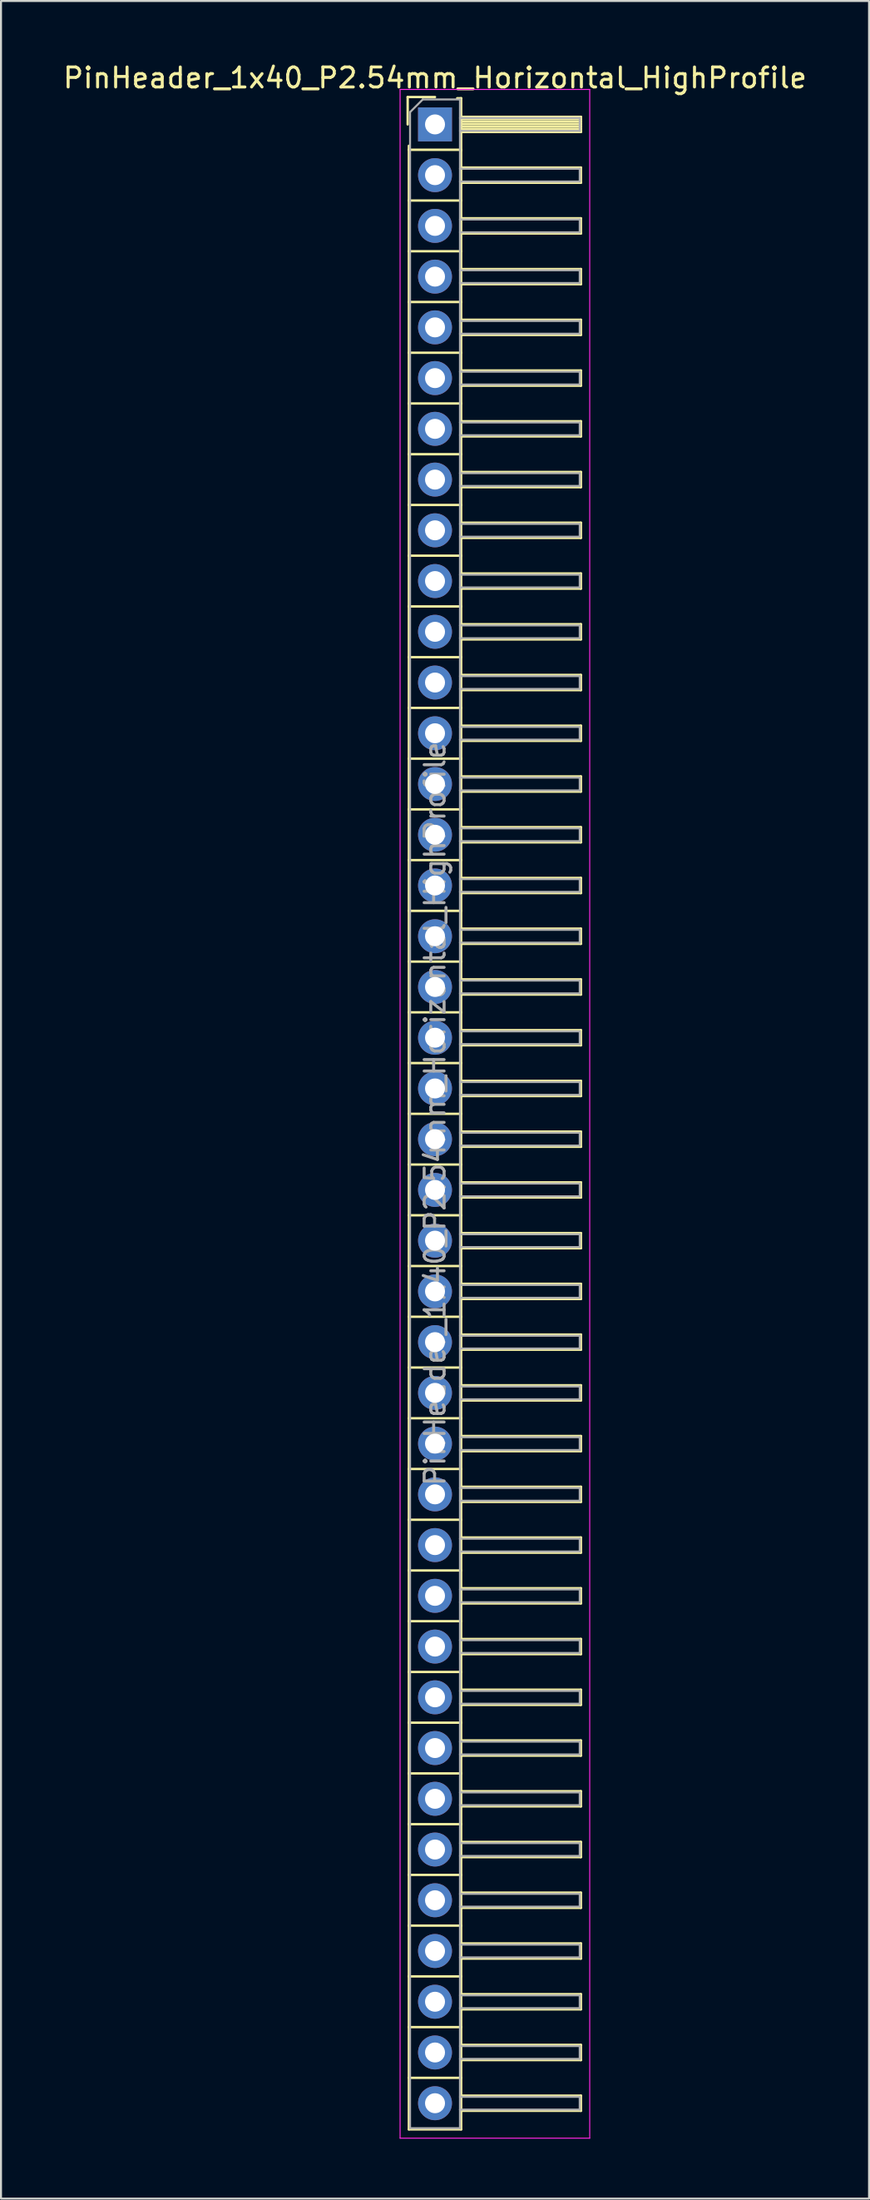
<source format=kicad_pcb>
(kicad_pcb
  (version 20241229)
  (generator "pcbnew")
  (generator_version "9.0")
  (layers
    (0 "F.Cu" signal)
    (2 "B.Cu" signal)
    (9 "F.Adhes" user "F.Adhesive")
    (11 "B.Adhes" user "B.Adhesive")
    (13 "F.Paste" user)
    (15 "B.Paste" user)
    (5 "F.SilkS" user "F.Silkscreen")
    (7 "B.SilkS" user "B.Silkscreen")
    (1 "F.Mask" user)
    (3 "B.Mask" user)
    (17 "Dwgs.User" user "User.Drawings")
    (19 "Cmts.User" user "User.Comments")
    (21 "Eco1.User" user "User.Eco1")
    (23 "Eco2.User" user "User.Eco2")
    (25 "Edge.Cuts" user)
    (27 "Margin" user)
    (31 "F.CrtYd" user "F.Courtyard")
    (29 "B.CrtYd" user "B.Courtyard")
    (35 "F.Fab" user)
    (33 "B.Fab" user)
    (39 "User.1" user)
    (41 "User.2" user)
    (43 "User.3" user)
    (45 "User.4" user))
  (footprint "PinHeader_1x40_P2.54mm_Horizontal_HighProfile"
    (layer "F.Cu")
    (at 18.744 3.178)
    (property "Reference" "PinHeader_1x40_P2.54mm_Horizontal_HighProfile" (at 0 -2.33 0) (layer "F.SilkS") (effects (font (size 1 1) (thickness 0.15))))
    (attr through_hole)
    (fp_line (start -1.37 -1.37) (end -1.37 0) (stroke (width 0.12) (type solid)) (layer "F.SilkS"))
    (fp_line (start -1.37 -1.37) (end 0 -1.37) (stroke (width 0.12) (type solid)) (layer "F.SilkS"))
    (fp_line (start -1.31 1.27) (end -1.31 1.07) (stroke (width 0.12) (type solid)) (layer "F.SilkS"))
    (fp_line (start -1.31 1.27) (end -1.31 3.81) (stroke (width 0.12) (type solid)) (layer "F.SilkS"))
    (fp_line (start -1.31 1.27) (end 1.31 1.27) (stroke (width 0.12) (type solid)) (layer "F.SilkS"))
    (fp_line (start -1.31 3.81) (end -1.31 6.35) (stroke (width 0.12) (type solid)) (layer "F.SilkS"))
    (fp_line (start -1.31 3.81) (end 1.31 3.81) (stroke (width 0.12) (type solid)) (layer "F.SilkS"))
    (fp_line (start -1.31 6.35) (end -1.31 8.89) (stroke (width 0.12) (type solid)) (layer "F.SilkS"))
    (fp_line (start -1.31 6.35) (end 1.31 6.35) (stroke (width 0.12) (type solid)) (layer "F.SilkS"))
    (fp_line (start -1.31 8.89) (end -1.31 11.43) (stroke (width 0.12) (type solid)) (layer "F.SilkS"))
    (fp_line (start -1.31 8.89) (end 1.31 8.89) (stroke (width 0.12) (type solid)) (layer "F.SilkS"))
    (fp_line (start -1.31 11.43) (end -1.31 13.97) (stroke (width 0.12) (type solid)) (layer "F.SilkS"))
    (fp_line (start -1.31 11.43) (end 1.31 11.43) (stroke (width 0.12) (type solid)) (layer "F.SilkS"))
    (fp_line (start -1.31 13.97) (end -1.31 16.51) (stroke (width 0.12) (type solid)) (layer "F.SilkS"))
    (fp_line (start -1.31 13.97) (end 1.31 13.97) (stroke (width 0.12) (type solid)) (layer "F.SilkS"))
    (fp_line (start -1.31 16.51) (end -1.31 19.05) (stroke (width 0.12) (type solid)) (layer "F.SilkS"))
    (fp_line (start -1.31 16.51) (end 1.31 16.51) (stroke (width 0.12) (type solid)) (layer "F.SilkS"))
    (fp_line (start -1.31 19.05) (end -1.31 21.59) (stroke (width 0.12) (type solid)) (layer "F.SilkS"))
    (fp_line (start -1.31 19.05) (end 1.31 19.05) (stroke (width 0.12) (type solid)) (layer "F.SilkS"))
    (fp_line (start -1.31 21.59) (end -1.31 24.13) (stroke (width 0.12) (type solid)) (layer "F.SilkS"))
    (fp_line (start -1.31 21.59) (end 1.31 21.59) (stroke (width 0.12) (type solid)) (layer "F.SilkS"))
    (fp_line (start -1.31 24.13) (end -1.31 26.67) (stroke (width 0.12) (type solid)) (layer "F.SilkS"))
    (fp_line (start -1.31 24.13) (end 1.31 24.13) (stroke (width 0.12) (type solid)) (layer "F.SilkS"))
    (fp_line (start -1.31 26.67) (end -1.31 29.21) (stroke (width 0.12) (type solid)) (layer "F.SilkS"))
    (fp_line (start -1.31 26.67) (end 1.31 26.67) (stroke (width 0.12) (type solid)) (layer "F.SilkS"))
    (fp_line (start -1.31 29.21) (end -1.31 31.75) (stroke (width 0.12) (type solid)) (layer "F.SilkS"))
    (fp_line (start -1.31 29.21) (end 1.31 29.21) (stroke (width 0.12) (type solid)) (layer "F.SilkS"))
    (fp_line (start -1.31 31.75) (end -1.31 34.29) (stroke (width 0.12) (type solid)) (layer "F.SilkS"))
    (fp_line (start -1.31 31.75) (end 1.31 31.75) (stroke (width 0.12) (type solid)) (layer "F.SilkS"))
    (fp_line (start -1.31 34.29) (end -1.31 36.83) (stroke (width 0.12) (type solid)) (layer "F.SilkS"))
    (fp_line (start -1.31 34.29) (end 1.31 34.29) (stroke (width 0.12) (type solid)) (layer "F.SilkS"))
    (fp_line (start -1.31 36.83) (end -1.31 39.37) (stroke (width 0.12) (type solid)) (layer "F.SilkS"))
    (fp_line (start -1.31 36.83) (end 1.31 36.83) (stroke (width 0.12) (type solid)) (layer "F.SilkS"))
    (fp_line (start -1.31 39.37) (end -1.31 41.91) (stroke (width 0.12) (type solid)) (layer "F.SilkS"))
    (fp_line (start -1.31 39.37) (end 1.31 39.37) (stroke (width 0.12) (type solid)) (layer "F.SilkS"))
    (fp_line (start -1.31 41.91) (end -1.31 44.45) (stroke (width 0.12) (type solid)) (layer "F.SilkS"))
    (fp_line (start -1.31 41.91) (end 1.31 41.91) (stroke (width 0.12) (type solid)) (layer "F.SilkS"))
    (fp_line (start -1.31 44.45) (end -1.31 46.99) (stroke (width 0.12) (type solid)) (layer "F.SilkS"))
    (fp_line (start -1.31 44.45) (end 1.31 44.45) (stroke (width 0.12) (type solid)) (layer "F.SilkS"))
    (fp_line (start -1.31 46.99) (end -1.31 49.53) (stroke (width 0.12) (type solid)) (layer "F.SilkS"))
    (fp_line (start -1.31 46.99) (end 1.31 46.99) (stroke (width 0.12) (type solid)) (layer "F.SilkS"))
    (fp_line (start -1.31 49.53) (end -1.31 52.07) (stroke (width 0.12) (type solid)) (layer "F.SilkS"))
    (fp_line (start -1.31 49.53) (end 1.31 49.53) (stroke (width 0.12) (type solid)) (layer "F.SilkS"))
    (fp_line (start -1.31 52.07) (end -1.31 54.61) (stroke (width 0.12) (type solid)) (layer "F.SilkS"))
    (fp_line (start -1.31 52.07) (end 1.31 52.07) (stroke (width 0.12) (type solid)) (layer "F.SilkS"))
    (fp_line (start -1.31 54.61) (end -1.31 57.15) (stroke (width 0.12) (type solid)) (layer "F.SilkS"))
    (fp_line (start -1.31 54.61) (end 1.31 54.61) (stroke (width 0.12) (type solid)) (layer "F.SilkS"))
    (fp_line (start -1.31 57.15) (end -1.31 59.69) (stroke (width 0.12) (type solid)) (layer "F.SilkS"))
    (fp_line (start -1.31 57.15) (end 1.31 57.15) (stroke (width 0.12) (type solid)) (layer "F.SilkS"))
    (fp_line (start -1.31 59.69) (end -1.31 62.23) (stroke (width 0.12) (type solid)) (layer "F.SilkS"))
    (fp_line (start -1.31 59.69) (end 1.31 59.69) (stroke (width 0.12) (type solid)) (layer "F.SilkS"))
    (fp_line (start -1.31 62.23) (end -1.31 64.77) (stroke (width 0.12) (type solid)) (layer "F.SilkS"))
    (fp_line (start -1.31 62.23) (end 1.31 62.23) (stroke (width 0.12) (type solid)) (layer "F.SilkS"))
    (fp_line (start -1.31 64.77) (end -1.31 67.31) (stroke (width 0.12) (type solid)) (layer "F.SilkS"))
    (fp_line (start -1.31 64.77) (end 1.31 64.77) (stroke (width 0.12) (type solid)) (layer "F.SilkS"))
    (fp_line (start -1.31 67.31) (end -1.31 69.85) (stroke (width 0.12) (type solid)) (layer "F.SilkS"))
    (fp_line (start -1.31 67.31) (end 1.31 67.31) (stroke (width 0.12) (type solid)) (layer "F.SilkS"))
    (fp_line (start -1.31 69.85) (end -1.31 72.39) (stroke (width 0.12) (type solid)) (layer "F.SilkS"))
    (fp_line (start -1.31 69.85) (end 1.31 69.85) (stroke (width 0.12) (type solid)) (layer "F.SilkS"))
    (fp_line (start -1.31 72.39) (end -1.31 74.93) (stroke (width 0.12) (type solid)) (layer "F.SilkS"))
    (fp_line (start -1.31 72.39) (end 1.31 72.39) (stroke (width 0.12) (type solid)) (layer "F.SilkS"))
    (fp_line (start -1.31 74.93) (end -1.31 77.47) (stroke (width 0.12) (type solid)) (layer "F.SilkS"))
    (fp_line (start -1.31 74.93) (end 1.31 74.93) (stroke (width 0.12) (type solid)) (layer "F.SilkS"))
    (fp_line (start -1.31 77.47) (end -1.31 80.01) (stroke (width 0.12) (type solid)) (layer "F.SilkS"))
    (fp_line (start -1.31 77.47) (end 1.31 77.47) (stroke (width 0.12) (type solid)) (layer "F.SilkS"))
    (fp_line (start -1.31 80.01) (end -1.31 82.55) (stroke (width 0.12) (type solid)) (layer "F.SilkS"))
    (fp_line (start -1.31 80.01) (end 1.31 80.01) (stroke (width 0.12) (type solid)) (layer "F.SilkS"))
    (fp_line (start -1.31 82.55) (end -1.31 85.09) (stroke (width 0.12) (type solid)) (layer "F.SilkS"))
    (fp_line (start -1.31 82.55) (end 1.31 82.55) (stroke (width 0.12) (type solid)) (layer "F.SilkS"))
    (fp_line (start -1.31 85.09) (end -1.31 87.63) (stroke (width 0.12) (type solid)) (layer "F.SilkS"))
    (fp_line (start -1.31 85.09) (end 1.31 85.09) (stroke (width 0.12) (type solid)) (layer "F.SilkS"))
    (fp_line (start -1.31 87.63) (end -1.31 90.17) (stroke (width 0.12) (type solid)) (layer "F.SilkS"))
    (fp_line (start -1.31 87.63) (end 1.31 87.63) (stroke (width 0.12) (type solid)) (layer "F.SilkS"))
    (fp_line (start -1.31 90.17) (end -1.31 92.71) (stroke (width 0.12) (type solid)) (layer "F.SilkS"))
    (fp_line (start -1.31 90.17) (end 1.31 90.17) (stroke (width 0.12) (type solid)) (layer "F.SilkS"))
    (fp_line (start -1.31 92.71) (end -1.31 95.25) (stroke (width 0.12) (type solid)) (layer "F.SilkS"))
    (fp_line (start -1.31 92.71) (end 1.31 92.71) (stroke (width 0.12) (type solid)) (layer "F.SilkS"))
    (fp_line (start -1.31 95.25) (end -1.31 97.79) (stroke (width 0.12) (type solid)) (layer "F.SilkS"))
    (fp_line (start -1.31 95.25) (end 1.31 95.25) (stroke (width 0.12) (type solid)) (layer "F.SilkS"))
    (fp_line (start -1.31 97.79) (end -1.31 100.37) (stroke (width 0.12) (type solid)) (layer "F.SilkS"))
    (fp_line (start -1.31 97.79) (end 1.31 97.79) (stroke (width 0.12) (type solid)) (layer "F.SilkS"))
    (fp_line (start -1.31 100.37) (end 1.31 100.37) (stroke (width 0.12) (type solid)) (layer "F.SilkS"))
    (fp_line (start 1.11 -1.31) (end 1.31 -1.31) (stroke (width 0.12) (type solid)) (layer "F.SilkS"))
    (fp_line (start 1.31 -1.31) (end 1.31 1.31) (stroke (width 0.12) (type solid)) (layer "F.SilkS"))
    (fp_line (start 1.31 -0.38) (end 7.31 -0.38) (stroke (width 0.12) (type solid)) (layer "F.SilkS"))
    (fp_line (start 1.31 -0.26) (end 7.31 -0.26) (stroke (width 0.12) (type solid)) (layer "F.SilkS"))
    (fp_line (start 1.31 -0.14) (end 7.31 -0.14) (stroke (width 0.12) (type solid)) (layer "F.SilkS"))
    (fp_line (start 1.31 -0.02) (end 7.31 -0.02) (stroke (width 0.12) (type solid)) (layer "F.SilkS"))
    (fp_line (start 1.31 0.1) (end 7.31 0.1) (stroke (width 0.12) (type solid)) (layer "F.SilkS"))
    (fp_line (start 1.31 0.22) (end 7.31 0.22) (stroke (width 0.12) (type solid)) (layer "F.SilkS"))
    (fp_line (start 1.31 0.34) (end 7.31 0.34) (stroke (width 0.12) (type solid)) (layer "F.SilkS"))
    (fp_line (start 1.31 0.38) (end 7.31 0.38) (stroke (width 0.12) (type solid)) (layer "F.SilkS"))
    (fp_line (start 1.31 1.27) (end 1.31 3.81) (stroke (width 0.12) (type solid)) (layer "F.SilkS"))
    (fp_line (start 1.31 2.16) (end 7.31 2.16) (stroke (width 0.12) (type solid)) (layer "F.SilkS"))
    (fp_line (start 1.31 2.92) (end 7.31 2.92) (stroke (width 0.12) (type solid)) (layer "F.SilkS"))
    (fp_line (start 1.31 3.81) (end 1.31 6.35) (stroke (width 0.12) (type solid)) (layer "F.SilkS"))
    (fp_line (start 1.31 4.7) (end 7.31 4.7) (stroke (width 0.12) (type solid)) (layer "F.SilkS"))
    (fp_line (start 1.31 5.46) (end 7.31 5.46) (stroke (width 0.12) (type solid)) (layer "F.SilkS"))
    (fp_line (start 1.31 6.35) (end 1.31 8.89) (stroke (width 0.12) (type solid)) (layer "F.SilkS"))
    (fp_line (start 1.31 7.24) (end 7.31 7.24) (stroke (width 0.12) (type solid)) (layer "F.SilkS"))
    (fp_line (start 1.31 8) (end 7.31 8) (stroke (width 0.12) (type solid)) (layer "F.SilkS"))
    (fp_line (start 1.31 8.89) (end 1.31 11.43) (stroke (width 0.12) (type solid)) (layer "F.SilkS"))
    (fp_line (start 1.31 9.78) (end 7.31 9.78) (stroke (width 0.12) (type solid)) (layer "F.SilkS"))
    (fp_line (start 1.31 10.54) (end 7.31 10.54) (stroke (width 0.12) (type solid)) (layer "F.SilkS"))
    (fp_line (start 1.31 11.43) (end 1.31 13.97) (stroke (width 0.12) (type solid)) (layer "F.SilkS"))
    (fp_line (start 1.31 12.32) (end 7.31 12.32) (stroke (width 0.12) (type solid)) (layer "F.SilkS"))
    (fp_line (start 1.31 13.08) (end 7.31 13.08) (stroke (width 0.12) (type solid)) (layer "F.SilkS"))
    (fp_line (start 1.31 13.97) (end 1.31 16.51) (stroke (width 0.12) (type solid)) (layer "F.SilkS"))
    (fp_line (start 1.31 14.86) (end 7.31 14.86) (stroke (width 0.12) (type solid)) (layer "F.SilkS"))
    (fp_line (start 1.31 15.62) (end 7.31 15.62) (stroke (width 0.12) (type solid)) (layer "F.SilkS"))
    (fp_line (start 1.31 16.51) (end 1.31 19.05) (stroke (width 0.12) (type solid)) (layer "F.SilkS"))
    (fp_line (start 1.31 17.4) (end 7.31 17.4) (stroke (width 0.12) (type solid)) (layer "F.SilkS"))
    (fp_line (start 1.31 18.16) (end 7.31 18.16) (stroke (width 0.12) (type solid)) (layer "F.SilkS"))
    (fp_line (start 1.31 19.05) (end 1.31 21.59) (stroke (width 0.12) (type solid)) (layer "F.SilkS"))
    (fp_line (start 1.31 19.94) (end 7.31 19.94) (stroke (width 0.12) (type solid)) (layer "F.SilkS"))
    (fp_line (start 1.31 20.7) (end 7.31 20.7) (stroke (width 0.12) (type solid)) (layer "F.SilkS"))
    (fp_line (start 1.31 21.59) (end 1.31 24.13) (stroke (width 0.12) (type solid)) (layer "F.SilkS"))
    (fp_line (start 1.31 22.48) (end 7.31 22.48) (stroke (width 0.12) (type solid)) (layer "F.SilkS"))
    (fp_line (start 1.31 23.24) (end 7.31 23.24) (stroke (width 0.12) (type solid)) (layer "F.SilkS"))
    (fp_line (start 1.31 24.13) (end 1.31 26.67) (stroke (width 0.12) (type solid)) (layer "F.SilkS"))
    (fp_line (start 1.31 25.02) (end 7.31 25.02) (stroke (width 0.12) (type solid)) (layer "F.SilkS"))
    (fp_line (start 1.31 25.78) (end 7.31 25.78) (stroke (width 0.12) (type solid)) (layer "F.SilkS"))
    (fp_line (start 1.31 26.67) (end 1.31 29.21) (stroke (width 0.12) (type solid)) (layer "F.SilkS"))
    (fp_line (start 1.31 27.56) (end 7.31 27.56) (stroke (width 0.12) (type solid)) (layer "F.SilkS"))
    (fp_line (start 1.31 28.32) (end 7.31 28.32) (stroke (width 0.12) (type solid)) (layer "F.SilkS"))
    (fp_line (start 1.31 29.21) (end 1.31 31.75) (stroke (width 0.12) (type solid)) (layer "F.SilkS"))
    (fp_line (start 1.31 30.1) (end 7.31 30.1) (stroke (width 0.12) (type solid)) (layer "F.SilkS"))
    (fp_line (start 1.31 30.86) (end 7.31 30.86) (stroke (width 0.12) (type solid)) (layer "F.SilkS"))
    (fp_line (start 1.31 31.75) (end 1.31 34.29) (stroke (width 0.12) (type solid)) (layer "F.SilkS"))
    (fp_line (start 1.31 32.64) (end 7.31 32.64) (stroke (width 0.12) (type solid)) (layer "F.SilkS"))
    (fp_line (start 1.31 33.4) (end 7.31 33.4) (stroke (width 0.12) (type solid)) (layer "F.SilkS"))
    (fp_line (start 1.31 34.29) (end 1.31 36.83) (stroke (width 0.12) (type solid)) (layer "F.SilkS"))
    (fp_line (start 1.31 35.18) (end 7.31 35.18) (stroke (width 0.12) (type solid)) (layer "F.SilkS"))
    (fp_line (start 1.31 35.94) (end 7.31 35.94) (stroke (width 0.12) (type solid)) (layer "F.SilkS"))
    (fp_line (start 1.31 36.83) (end 1.31 39.37) (stroke (width 0.12) (type solid)) (layer "F.SilkS"))
    (fp_line (start 1.31 37.72) (end 7.31 37.72) (stroke (width 0.12) (type solid)) (layer "F.SilkS"))
    (fp_line (start 1.31 38.48) (end 7.31 38.48) (stroke (width 0.12) (type solid)) (layer "F.SilkS"))
    (fp_line (start 1.31 39.37) (end 1.31 41.91) (stroke (width 0.12) (type solid)) (layer "F.SilkS"))
    (fp_line (start 1.31 40.26) (end 7.31 40.26) (stroke (width 0.12) (type solid)) (layer "F.SilkS"))
    (fp_line (start 1.31 41.02) (end 7.31 41.02) (stroke (width 0.12) (type solid)) (layer "F.SilkS"))
    (fp_line (start 1.31 41.91) (end 1.31 44.45) (stroke (width 0.12) (type solid)) (layer "F.SilkS"))
    (fp_line (start 1.31 42.8) (end 7.31 42.8) (stroke (width 0.12) (type solid)) (layer "F.SilkS"))
    (fp_line (start 1.31 43.56) (end 7.31 43.56) (stroke (width 0.12) (type solid)) (layer "F.SilkS"))
    (fp_line (start 1.31 44.45) (end 1.31 46.99) (stroke (width 0.12) (type solid)) (layer "F.SilkS"))
    (fp_line (start 1.31 45.34) (end 7.31 45.34) (stroke (width 0.12) (type solid)) (layer "F.SilkS"))
    (fp_line (start 1.31 46.1) (end 7.31 46.1) (stroke (width 0.12) (type solid)) (layer "F.SilkS"))
    (fp_line (start 1.31 46.99) (end 1.31 49.53) (stroke (width 0.12) (type solid)) (layer "F.SilkS"))
    (fp_line (start 1.31 47.88) (end 7.31 47.88) (stroke (width 0.12) (type solid)) (layer "F.SilkS"))
    (fp_line (start 1.31 48.64) (end 7.31 48.64) (stroke (width 0.12) (type solid)) (layer "F.SilkS"))
    (fp_line (start 1.31 49.53) (end 1.31 52.07) (stroke (width 0.12) (type solid)) (layer "F.SilkS"))
    (fp_line (start 1.31 50.42) (end 7.31 50.42) (stroke (width 0.12) (type solid)) (layer "F.SilkS"))
    (fp_line (start 1.31 51.18) (end 7.31 51.18) (stroke (width 0.12) (type solid)) (layer "F.SilkS"))
    (fp_line (start 1.31 52.07) (end 1.31 54.61) (stroke (width 0.12) (type solid)) (layer "F.SilkS"))
    (fp_line (start 1.31 52.96) (end 7.31 52.96) (stroke (width 0.12) (type solid)) (layer "F.SilkS"))
    (fp_line (start 1.31 53.72) (end 7.31 53.72) (stroke (width 0.12) (type solid)) (layer "F.SilkS"))
    (fp_line (start 1.31 54.61) (end 1.31 57.15) (stroke (width 0.12) (type solid)) (layer "F.SilkS"))
    (fp_line (start 1.31 55.5) (end 7.31 55.5) (stroke (width 0.12) (type solid)) (layer "F.SilkS"))
    (fp_line (start 1.31 56.26) (end 7.31 56.26) (stroke (width 0.12) (type solid)) (layer "F.SilkS"))
    (fp_line (start 1.31 57.15) (end 1.31 59.69) (stroke (width 0.12) (type solid)) (layer "F.SilkS"))
    (fp_line (start 1.31 58.04) (end 7.31 58.04) (stroke (width 0.12) (type solid)) (layer "F.SilkS"))
    (fp_line (start 1.31 58.8) (end 7.31 58.8) (stroke (width 0.12) (type solid)) (layer "F.SilkS"))
    (fp_line (start 1.31 59.69) (end 1.31 62.23) (stroke (width 0.12) (type solid)) (layer "F.SilkS"))
    (fp_line (start 1.31 60.58) (end 7.31 60.58) (stroke (width 0.12) (type solid)) (layer "F.SilkS"))
    (fp_line (start 1.31 61.34) (end 7.31 61.34) (stroke (width 0.12) (type solid)) (layer "F.SilkS"))
    (fp_line (start 1.31 62.23) (end 1.31 64.77) (stroke (width 0.12) (type solid)) (layer "F.SilkS"))
    (fp_line (start 1.31 63.12) (end 7.31 63.12) (stroke (width 0.12) (type solid)) (layer "F.SilkS"))
    (fp_line (start 1.31 63.88) (end 7.31 63.88) (stroke (width 0.12) (type solid)) (layer "F.SilkS"))
    (fp_line (start 1.31 64.77) (end 1.31 67.31) (stroke (width 0.12) (type solid)) (layer "F.SilkS"))
    (fp_line (start 1.31 65.66) (end 7.31 65.66) (stroke (width 0.12) (type solid)) (layer "F.SilkS"))
    (fp_line (start 1.31 66.42) (end 7.31 66.42) (stroke (width 0.12) (type solid)) (layer "F.SilkS"))
    (fp_line (start 1.31 67.31) (end 1.31 69.85) (stroke (width 0.12) (type solid)) (layer "F.SilkS"))
    (fp_line (start 1.31 68.2) (end 7.31 68.2) (stroke (width 0.12) (type solid)) (layer "F.SilkS"))
    (fp_line (start 1.31 68.96) (end 7.31 68.96) (stroke (width 0.12) (type solid)) (layer "F.SilkS"))
    (fp_line (start 1.31 69.85) (end 1.31 72.39) (stroke (width 0.12) (type solid)) (layer "F.SilkS"))
    (fp_line (start 1.31 70.74) (end 7.31 70.74) (stroke (width 0.12) (type solid)) (layer "F.SilkS"))
    (fp_line (start 1.31 71.5) (end 7.31 71.5) (stroke (width 0.12) (type solid)) (layer "F.SilkS"))
    (fp_line (start 1.31 72.39) (end 1.31 74.93) (stroke (width 0.12) (type solid)) (layer "F.SilkS"))
    (fp_line (start 1.31 73.28) (end 7.31 73.28) (stroke (width 0.12) (type solid)) (layer "F.SilkS"))
    (fp_line (start 1.31 74.04) (end 7.31 74.04) (stroke (width 0.12) (type solid)) (layer "F.SilkS"))
    (fp_line (start 1.31 74.93) (end 1.31 77.47) (stroke (width 0.12) (type solid)) (layer "F.SilkS"))
    (fp_line (start 1.31 75.82) (end 7.31 75.82) (stroke (width 0.12) (type solid)) (layer "F.SilkS"))
    (fp_line (start 1.31 76.58) (end 7.31 76.58) (stroke (width 0.12) (type solid)) (layer "F.SilkS"))
    (fp_line (start 1.31 77.47) (end 1.31 80.01) (stroke (width 0.12) (type solid)) (layer "F.SilkS"))
    (fp_line (start 1.31 78.36) (end 7.31 78.36) (stroke (width 0.12) (type solid)) (layer "F.SilkS"))
    (fp_line (start 1.31 79.12) (end 7.31 79.12) (stroke (width 0.12) (type solid)) (layer "F.SilkS"))
    (fp_line (start 1.31 80.01) (end 1.31 82.55) (stroke (width 0.12) (type solid)) (layer "F.SilkS"))
    (fp_line (start 1.31 80.9) (end 7.31 80.9) (stroke (width 0.12) (type solid)) (layer "F.SilkS"))
    (fp_line (start 1.31 81.66) (end 7.31 81.66) (stroke (width 0.12) (type solid)) (layer "F.SilkS"))
    (fp_line (start 1.31 82.55) (end 1.31 85.09) (stroke (width 0.12) (type solid)) (layer "F.SilkS"))
    (fp_line (start 1.31 83.44) (end 7.31 83.44) (stroke (width 0.12) (type solid)) (layer "F.SilkS"))
    (fp_line (start 1.31 84.2) (end 7.31 84.2) (stroke (width 0.12) (type solid)) (layer "F.SilkS"))
    (fp_line (start 1.31 85.09) (end 1.31 87.63) (stroke (width 0.12) (type solid)) (layer "F.SilkS"))
    (fp_line (start 1.31 85.98) (end 7.31 85.98) (stroke (width 0.12) (type solid)) (layer "F.SilkS"))
    (fp_line (start 1.31 86.74) (end 7.31 86.74) (stroke (width 0.12) (type solid)) (layer "F.SilkS"))
    (fp_line (start 1.31 87.63) (end 1.31 90.17) (stroke (width 0.12) (type solid)) (layer "F.SilkS"))
    (fp_line (start 1.31 88.52) (end 7.31 88.52) (stroke (width 0.12) (type solid)) (layer "F.SilkS"))
    (fp_line (start 1.31 89.28) (end 7.31 89.28) (stroke (width 0.12) (type solid)) (layer "F.SilkS"))
    (fp_line (start 1.31 90.17) (end 1.31 92.71) (stroke (width 0.12) (type solid)) (layer "F.SilkS"))
    (fp_line (start 1.31 91.06) (end 7.31 91.06) (stroke (width 0.12) (type solid)) (layer "F.SilkS"))
    (fp_line (start 1.31 91.82) (end 7.31 91.82) (stroke (width 0.12) (type solid)) (layer "F.SilkS"))
    (fp_line (start 1.31 92.71) (end 1.31 95.25) (stroke (width 0.12) (type solid)) (layer "F.SilkS"))
    (fp_line (start 1.31 93.6) (end 7.31 93.6) (stroke (width 0.12) (type solid)) (layer "F.SilkS"))
    (fp_line (start 1.31 94.36) (end 7.31 94.36) (stroke (width 0.12) (type solid)) (layer "F.SilkS"))
    (fp_line (start 1.31 95.25) (end 1.31 97.79) (stroke (width 0.12) (type solid)) (layer "F.SilkS"))
    (fp_line (start 1.31 96.14) (end 7.31 96.14) (stroke (width 0.12) (type solid)) (layer "F.SilkS"))
    (fp_line (start 1.31 96.9) (end 7.31 96.9) (stroke (width 0.12) (type solid)) (layer "F.SilkS"))
    (fp_line (start 1.31 97.79) (end 1.31 100.37) (stroke (width 0.12) (type solid)) (layer "F.SilkS"))
    (fp_line (start 1.31 98.68) (end 7.31 98.68) (stroke (width 0.12) (type solid)) (layer "F.SilkS"))
    (fp_line (start 1.31 99.44) (end 7.31 99.44) (stroke (width 0.12) (type solid)) (layer "F.SilkS"))
    (fp_line (start 7.31 -0.38) (end 7.31 0.38) (stroke (width 0.12) (type solid)) (layer "F.SilkS"))
    (fp_line (start 7.31 2.16) (end 7.31 2.92) (stroke (width 0.12) (type solid)) (layer "F.SilkS"))
    (fp_line (start 7.31 4.7) (end 7.31 5.46) (stroke (width 0.12) (type solid)) (layer "F.SilkS"))
    (fp_line (start 7.31 7.24) (end 7.31 8) (stroke (width 0.12) (type solid)) (layer "F.SilkS"))
    (fp_line (start 7.31 9.78) (end 7.31 10.54) (stroke (width 0.12) (type solid)) (layer "F.SilkS"))
    (fp_line (start 7.31 12.32) (end 7.31 13.08) (stroke (width 0.12) (type solid)) (layer "F.SilkS"))
    (fp_line (start 7.31 14.86) (end 7.31 15.62) (stroke (width 0.12) (type solid)) (layer "F.SilkS"))
    (fp_line (start 7.31 17.4) (end 7.31 18.16) (stroke (width 0.12) (type solid)) (layer "F.SilkS"))
    (fp_line (start 7.31 19.94) (end 7.31 20.7) (stroke (width 0.12) (type solid)) (layer "F.SilkS"))
    (fp_line (start 7.31 22.48) (end 7.31 23.24) (stroke (width 0.12) (type solid)) (layer "F.SilkS"))
    (fp_line (start 7.31 25.02) (end 7.31 25.78) (stroke (width 0.12) (type solid)) (layer "F.SilkS"))
    (fp_line (start 7.31 27.56) (end 7.31 28.32) (stroke (width 0.12) (type solid)) (layer "F.SilkS"))
    (fp_line (start 7.31 30.1) (end 7.31 30.86) (stroke (width 0.12) (type solid)) (layer "F.SilkS"))
    (fp_line (start 7.31 32.64) (end 7.31 33.4) (stroke (width 0.12) (type solid)) (layer "F.SilkS"))
    (fp_line (start 7.31 35.18) (end 7.31 35.94) (stroke (width 0.12) (type solid)) (layer "F.SilkS"))
    (fp_line (start 7.31 37.72) (end 7.31 38.48) (stroke (width 0.12) (type solid)) (layer "F.SilkS"))
    (fp_line (start 7.31 40.26) (end 7.31 41.02) (stroke (width 0.12) (type solid)) (layer "F.SilkS"))
    (fp_line (start 7.31 42.8) (end 7.31 43.56) (stroke (width 0.12) (type solid)) (layer "F.SilkS"))
    (fp_line (start 7.31 45.34) (end 7.31 46.1) (stroke (width 0.12) (type solid)) (layer "F.SilkS"))
    (fp_line (start 7.31 47.88) (end 7.31 48.64) (stroke (width 0.12) (type solid)) (layer "F.SilkS"))
    (fp_line (start 7.31 50.42) (end 7.31 51.18) (stroke (width 0.12) (type solid)) (layer "F.SilkS"))
    (fp_line (start 7.31 52.96) (end 7.31 53.72) (stroke (width 0.12) (type solid)) (layer "F.SilkS"))
    (fp_line (start 7.31 55.5) (end 7.31 56.26) (stroke (width 0.12) (type solid)) (layer "F.SilkS"))
    (fp_line (start 7.31 58.04) (end 7.31 58.8) (stroke (width 0.12) (type solid)) (layer "F.SilkS"))
    (fp_line (start 7.31 60.58) (end 7.31 61.34) (stroke (width 0.12) (type solid)) (layer "F.SilkS"))
    (fp_line (start 7.31 63.12) (end 7.31 63.88) (stroke (width 0.12) (type solid)) (layer "F.SilkS"))
    (fp_line (start 7.31 65.66) (end 7.31 66.42) (stroke (width 0.12) (type solid)) (layer "F.SilkS"))
    (fp_line (start 7.31 68.2) (end 7.31 68.96) (stroke (width 0.12) (type solid)) (layer "F.SilkS"))
    (fp_line (start 7.31 70.74) (end 7.31 71.5) (stroke (width 0.12) (type solid)) (layer "F.SilkS"))
    (fp_line (start 7.31 73.28) (end 7.31 74.04) (stroke (width 0.12) (type solid)) (layer "F.SilkS"))
    (fp_line (start 7.31 75.82) (end 7.31 76.58) (stroke (width 0.12) (type solid)) (layer "F.SilkS"))
    (fp_line (start 7.31 78.36) (end 7.31 79.12) (stroke (width 0.12) (type solid)) (layer "F.SilkS"))
    (fp_line (start 7.31 80.9) (end 7.31 81.66) (stroke (width 0.12) (type solid)) (layer "F.SilkS"))
    (fp_line (start 7.31 83.44) (end 7.31 84.2) (stroke (width 0.12) (type solid)) (layer "F.SilkS"))
    (fp_line (start 7.31 85.98) (end 7.31 86.74) (stroke (width 0.12) (type solid)) (layer "F.SilkS"))
    (fp_line (start 7.31 88.52) (end 7.31 89.28) (stroke (width 0.12) (type solid)) (layer "F.SilkS"))
    (fp_line (start 7.31 91.06) (end 7.31 91.82) (stroke (width 0.12) (type solid)) (layer "F.SilkS"))
    (fp_line (start 7.31 93.6) (end 7.31 94.36) (stroke (width 0.12) (type solid)) (layer "F.SilkS"))
    (fp_line (start 7.31 96.14) (end 7.31 96.9) (stroke (width 0.12) (type solid)) (layer "F.SilkS"))
    (fp_line (start 7.31 98.68) (end 7.31 99.44) (stroke (width 0.12) (type solid)) (layer "F.SilkS"))
    (fp_line (start -1.75 -1.75) (end -1.75 100.81) (stroke (width 0.05) (type solid)) (layer "F.CrtYd"))
    (fp_line (start -1.75 -1.75) (end 7.75 -1.75) (stroke (width 0.05) (type solid)) (layer "F.CrtYd"))
    (fp_line (start -1.75 100.81) (end 7.75 100.81) (stroke (width 0.05) (type solid)) (layer "F.CrtYd"))
    (fp_line (start 7.75 -1.75) (end 7.75 100.81) (stroke (width 0.05) (type solid)) (layer "F.CrtYd"))
    (fp_line (start -1.25 -0.615) (end -1.25 100.31) (stroke (width 0.1) (type solid)) (layer "F.Fab"))
    (fp_line (start -1.25 -0.615) (end -0.615 -1.25) (stroke (width 0.1) (type solid)) (layer "F.Fab"))
    (fp_line (start -1.25 100.31) (end 1.25 100.31) (stroke (width 0.1) (type solid)) (layer "F.Fab"))
    (fp_line (start -0.615 -1.25) (end 1.25 -1.25) (stroke (width 0.1) (type solid)) (layer "F.Fab"))
    (fp_line (start 1.25 -1.25) (end 1.25 100.31) (stroke (width 0.1) (type solid)) (layer "F.Fab"))
    (fp_line (start 1.25 -0.32) (end 7.25 -0.32) (stroke (width 0.1) (type solid)) (layer "F.Fab"))
    (fp_line (start 1.25 0.32) (end 7.25 0.32) (stroke (width 0.1) (type solid)) (layer "F.Fab"))
    (fp_line (start 1.25 2.22) (end 7.25 2.22) (stroke (width 0.1) (type solid)) (layer "F.Fab"))
    (fp_line (start 1.25 2.86) (end 7.25 2.86) (stroke (width 0.1) (type solid)) (layer "F.Fab"))
    (fp_line (start 1.25 4.76) (end 7.25 4.76) (stroke (width 0.1) (type solid)) (layer "F.Fab"))
    (fp_line (start 1.25 5.4) (end 7.25 5.4) (stroke (width 0.1) (type solid)) (layer "F.Fab"))
    (fp_line (start 1.25 7.3) (end 7.25 7.3) (stroke (width 0.1) (type solid)) (layer "F.Fab"))
    (fp_line (start 1.25 7.94) (end 7.25 7.94) (stroke (width 0.1) (type solid)) (layer "F.Fab"))
    (fp_line (start 1.25 9.84) (end 7.25 9.84) (stroke (width 0.1) (type solid)) (layer "F.Fab"))
    (fp_line (start 1.25 10.48) (end 7.25 10.48) (stroke (width 0.1) (type solid)) (layer "F.Fab"))
    (fp_line (start 1.25 12.38) (end 7.25 12.38) (stroke (width 0.1) (type solid)) (layer "F.Fab"))
    (fp_line (start 1.25 13.02) (end 7.25 13.02) (stroke (width 0.1) (type solid)) (layer "F.Fab"))
    (fp_line (start 1.25 14.92) (end 7.25 14.92) (stroke (width 0.1) (type solid)) (layer "F.Fab"))
    (fp_line (start 1.25 15.56) (end 7.25 15.56) (stroke (width 0.1) (type solid)) (layer "F.Fab"))
    (fp_line (start 1.25 17.46) (end 7.25 17.46) (stroke (width 0.1) (type solid)) (layer "F.Fab"))
    (fp_line (start 1.25 18.1) (end 7.25 18.1) (stroke (width 0.1) (type solid)) (layer "F.Fab"))
    (fp_line (start 1.25 20) (end 7.25 20) (stroke (width 0.1) (type solid)) (layer "F.Fab"))
    (fp_line (start 1.25 20.64) (end 7.25 20.64) (stroke (width 0.1) (type solid)) (layer "F.Fab"))
    (fp_line (start 1.25 22.54) (end 7.25 22.54) (stroke (width 0.1) (type solid)) (layer "F.Fab"))
    (fp_line (start 1.25 23.18) (end 7.25 23.18) (stroke (width 0.1) (type solid)) (layer "F.Fab"))
    (fp_line (start 1.25 25.08) (end 7.25 25.08) (stroke (width 0.1) (type solid)) (layer "F.Fab"))
    (fp_line (start 1.25 25.72) (end 7.25 25.72) (stroke (width 0.1) (type solid)) (layer "F.Fab"))
    (fp_line (start 1.25 27.62) (end 7.25 27.62) (stroke (width 0.1) (type solid)) (layer "F.Fab"))
    (fp_line (start 1.25 28.26) (end 7.25 28.26) (stroke (width 0.1) (type solid)) (layer "F.Fab"))
    (fp_line (start 1.25 30.16) (end 7.25 30.16) (stroke (width 0.1) (type solid)) (layer "F.Fab"))
    (fp_line (start 1.25 30.8) (end 7.25 30.8) (stroke (width 0.1) (type solid)) (layer "F.Fab"))
    (fp_line (start 1.25 32.7) (end 7.25 32.7) (stroke (width 0.1) (type solid)) (layer "F.Fab"))
    (fp_line (start 1.25 33.34) (end 7.25 33.34) (stroke (width 0.1) (type solid)) (layer "F.Fab"))
    (fp_line (start 1.25 35.24) (end 7.25 35.24) (stroke (width 0.1) (type solid)) (layer "F.Fab"))
    (fp_line (start 1.25 35.88) (end 7.25 35.88) (stroke (width 0.1) (type solid)) (layer "F.Fab"))
    (fp_line (start 1.25 37.78) (end 7.25 37.78) (stroke (width 0.1) (type solid)) (layer "F.Fab"))
    (fp_line (start 1.25 38.42) (end 7.25 38.42) (stroke (width 0.1) (type solid)) (layer "F.Fab"))
    (fp_line (start 1.25 40.32) (end 7.25 40.32) (stroke (width 0.1) (type solid)) (layer "F.Fab"))
    (fp_line (start 1.25 40.96) (end 7.25 40.96) (stroke (width 0.1) (type solid)) (layer "F.Fab"))
    (fp_line (start 1.25 42.86) (end 7.25 42.86) (stroke (width 0.1) (type solid)) (layer "F.Fab"))
    (fp_line (start 1.25 43.5) (end 7.25 43.5) (stroke (width 0.1) (type solid)) (layer "F.Fab"))
    (fp_line (start 1.25 45.4) (end 7.25 45.4) (stroke (width 0.1) (type solid)) (layer "F.Fab"))
    (fp_line (start 1.25 46.04) (end 7.25 46.04) (stroke (width 0.1) (type solid)) (layer "F.Fab"))
    (fp_line (start 1.25 47.94) (end 7.25 47.94) (stroke (width 0.1) (type solid)) (layer "F.Fab"))
    (fp_line (start 1.25 48.58) (end 7.25 48.58) (stroke (width 0.1) (type solid)) (layer "F.Fab"))
    (fp_line (start 1.25 50.48) (end 7.25 50.48) (stroke (width 0.1) (type solid)) (layer "F.Fab"))
    (fp_line (start 1.25 51.12) (end 7.25 51.12) (stroke (width 0.1) (type solid)) (layer "F.Fab"))
    (fp_line (start 1.25 53.02) (end 7.25 53.02) (stroke (width 0.1) (type solid)) (layer "F.Fab"))
    (fp_line (start 1.25 53.66) (end 7.25 53.66) (stroke (width 0.1) (type solid)) (layer "F.Fab"))
    (fp_line (start 1.25 55.56) (end 7.25 55.56) (stroke (width 0.1) (type solid)) (layer "F.Fab"))
    (fp_line (start 1.25 56.2) (end 7.25 56.2) (stroke (width 0.1) (type solid)) (layer "F.Fab"))
    (fp_line (start 1.25 58.1) (end 7.25 58.1) (stroke (width 0.1) (type solid)) (layer "F.Fab"))
    (fp_line (start 1.25 58.74) (end 7.25 58.74) (stroke (width 0.1) (type solid)) (layer "F.Fab"))
    (fp_line (start 1.25 60.64) (end 7.25 60.64) (stroke (width 0.1) (type solid)) (layer "F.Fab"))
    (fp_line (start 1.25 61.28) (end 7.25 61.28) (stroke (width 0.1) (type solid)) (layer "F.Fab"))
    (fp_line (start 1.25 63.18) (end 7.25 63.18) (stroke (width 0.1) (type solid)) (layer "F.Fab"))
    (fp_line (start 1.25 63.82) (end 7.25 63.82) (stroke (width 0.1) (type solid)) (layer "F.Fab"))
    (fp_line (start 1.25 65.72) (end 7.25 65.72) (stroke (width 0.1) (type solid)) (layer "F.Fab"))
    (fp_line (start 1.25 66.36) (end 7.25 66.36) (stroke (width 0.1) (type solid)) (layer "F.Fab"))
    (fp_line (start 1.25 68.26) (end 7.25 68.26) (stroke (width 0.1) (type solid)) (layer "F.Fab"))
    (fp_line (start 1.25 68.9) (end 7.25 68.9) (stroke (width 0.1) (type solid)) (layer "F.Fab"))
    (fp_line (start 1.25 70.8) (end 7.25 70.8) (stroke (width 0.1) (type solid)) (layer "F.Fab"))
    (fp_line (start 1.25 71.44) (end 7.25 71.44) (stroke (width 0.1) (type solid)) (layer "F.Fab"))
    (fp_line (start 1.25 73.34) (end 7.25 73.34) (stroke (width 0.1) (type solid)) (layer "F.Fab"))
    (fp_line (start 1.25 73.98) (end 7.25 73.98) (stroke (width 0.1) (type solid)) (layer "F.Fab"))
    (fp_line (start 1.25 75.88) (end 7.25 75.88) (stroke (width 0.1) (type solid)) (layer "F.Fab"))
    (fp_line (start 1.25 76.52) (end 7.25 76.52) (stroke (width 0.1) (type solid)) (layer "F.Fab"))
    (fp_line (start 1.25 78.42) (end 7.25 78.42) (stroke (width 0.1) (type solid)) (layer "F.Fab"))
    (fp_line (start 1.25 79.06) (end 7.25 79.06) (stroke (width 0.1) (type solid)) (layer "F.Fab"))
    (fp_line (start 1.25 80.96) (end 7.25 80.96) (stroke (width 0.1) (type solid)) (layer "F.Fab"))
    (fp_line (start 1.25 81.6) (end 7.25 81.6) (stroke (width 0.1) (type solid)) (layer "F.Fab"))
    (fp_line (start 1.25 83.5) (end 7.25 83.5) (stroke (width 0.1) (type solid)) (layer "F.Fab"))
    (fp_line (start 1.25 84.14) (end 7.25 84.14) (stroke (width 0.1) (type solid)) (layer "F.Fab"))
    (fp_line (start 1.25 86.04) (end 7.25 86.04) (stroke (width 0.1) (type solid)) (layer "F.Fab"))
    (fp_line (start 1.25 86.68) (end 7.25 86.68) (stroke (width 0.1) (type solid)) (layer "F.Fab"))
    (fp_line (start 1.25 88.58) (end 7.25 88.58) (stroke (width 0.1) (type solid)) (layer "F.Fab"))
    (fp_line (start 1.25 89.22) (end 7.25 89.22) (stroke (width 0.1) (type solid)) (layer "F.Fab"))
    (fp_line (start 1.25 91.12) (end 7.25 91.12) (stroke (width 0.1) (type solid)) (layer "F.Fab"))
    (fp_line (start 1.25 91.76) (end 7.25 91.76) (stroke (width 0.1) (type solid)) (layer "F.Fab"))
    (fp_line (start 1.25 93.66) (end 7.25 93.66) (stroke (width 0.1) (type solid)) (layer "F.Fab"))
    (fp_line (start 1.25 94.3) (end 7.25 94.3) (stroke (width 0.1) (type solid)) (layer "F.Fab"))
    (fp_line (start 1.25 96.2) (end 7.25 96.2) (stroke (width 0.1) (type solid)) (layer "F.Fab"))
    (fp_line (start 1.25 96.84) (end 7.25 96.84) (stroke (width 0.1) (type solid)) (layer "F.Fab"))
    (fp_line (start 1.25 98.74) (end 7.25 98.74) (stroke (width 0.1) (type solid)) (layer "F.Fab"))
    (fp_line (start 1.25 99.38) (end 7.25 99.38) (stroke (width 0.1) (type solid)) (layer "F.Fab"))
    (fp_line (start 7.25 -0.32) (end 7.25 0.32) (stroke (width 0.1) (type solid)) (layer "F.Fab"))
    (fp_line (start 7.25 2.22) (end 7.25 2.86) (stroke (width 0.1) (type solid)) (layer "F.Fab"))
    (fp_line (start 7.25 4.76) (end 7.25 5.4) (stroke (width 0.1) (type solid)) (layer "F.Fab"))
    (fp_line (start 7.25 7.3) (end 7.25 7.94) (stroke (width 0.1) (type solid)) (layer "F.Fab"))
    (fp_line (start 7.25 9.84) (end 7.25 10.48) (stroke (width 0.1) (type solid)) (layer "F.Fab"))
    (fp_line (start 7.25 12.38) (end 7.25 13.02) (stroke (width 0.1) (type solid)) (layer "F.Fab"))
    (fp_line (start 7.25 14.92) (end 7.25 15.56) (stroke (width 0.1) (type solid)) (layer "F.Fab"))
    (fp_line (start 7.25 17.46) (end 7.25 18.1) (stroke (width 0.1) (type solid)) (layer "F.Fab"))
    (fp_line (start 7.25 20) (end 7.25 20.64) (stroke (width 0.1) (type solid)) (layer "F.Fab"))
    (fp_line (start 7.25 22.54) (end 7.25 23.18) (stroke (width 0.1) (type solid)) (layer "F.Fab"))
    (fp_line (start 7.25 25.08) (end 7.25 25.72) (stroke (width 0.1) (type solid)) (layer "F.Fab"))
    (fp_line (start 7.25 27.62) (end 7.25 28.26) (stroke (width 0.1) (type solid)) (layer "F.Fab"))
    (fp_line (start 7.25 30.16) (end 7.25 30.8) (stroke (width 0.1) (type solid)) (layer "F.Fab"))
    (fp_line (start 7.25 32.7) (end 7.25 33.34) (stroke (width 0.1) (type solid)) (layer "F.Fab"))
    (fp_line (start 7.25 35.24) (end 7.25 35.88) (stroke (width 0.1) (type solid)) (layer "F.Fab"))
    (fp_line (start 7.25 37.78) (end 7.25 38.42) (stroke (width 0.1) (type solid)) (layer "F.Fab"))
    (fp_line (start 7.25 40.32) (end 7.25 40.96) (stroke (width 0.1) (type solid)) (layer "F.Fab"))
    (fp_line (start 7.25 42.86) (end 7.25 43.5) (stroke (width 0.1) (type solid)) (layer "F.Fab"))
    (fp_line (start 7.25 45.4) (end 7.25 46.04) (stroke (width 0.1) (type solid)) (layer "F.Fab"))
    (fp_line (start 7.25 47.94) (end 7.25 48.58) (stroke (width 0.1) (type solid)) (layer "F.Fab"))
    (fp_line (start 7.25 50.48) (end 7.25 51.12) (stroke (width 0.1) (type solid)) (layer "F.Fab"))
    (fp_line (start 7.25 53.02) (end 7.25 53.66) (stroke (width 0.1) (type solid)) (layer "F.Fab"))
    (fp_line (start 7.25 55.56) (end 7.25 56.2) (stroke (width 0.1) (type solid)) (layer "F.Fab"))
    (fp_line (start 7.25 58.1) (end 7.25 58.74) (stroke (width 0.1) (type solid)) (layer "F.Fab"))
    (fp_line (start 7.25 60.64) (end 7.25 61.28) (stroke (width 0.1) (type solid)) (layer "F.Fab"))
    (fp_line (start 7.25 63.18) (end 7.25 63.82) (stroke (width 0.1) (type solid)) (layer "F.Fab"))
    (fp_line (start 7.25 65.72) (end 7.25 66.36) (stroke (width 0.1) (type solid)) (layer "F.Fab"))
    (fp_line (start 7.25 68.26) (end 7.25 68.9) (stroke (width 0.1) (type solid)) (layer "F.Fab"))
    (fp_line (start 7.25 70.8) (end 7.25 71.44) (stroke (width 0.1) (type solid)) (layer "F.Fab"))
    (fp_line (start 7.25 73.34) (end 7.25 73.98) (stroke (width 0.1) (type solid)) (layer "F.Fab"))
    (fp_line (start 7.25 75.88) (end 7.25 76.52) (stroke (width 0.1) (type solid)) (layer "F.Fab"))
    (fp_line (start 7.25 78.42) (end 7.25 79.06) (stroke (width 0.1) (type solid)) (layer "F.Fab"))
    (fp_line (start 7.25 80.96) (end 7.25 81.6) (stroke (width 0.1) (type solid)) (layer "F.Fab"))
    (fp_line (start 7.25 83.5) (end 7.25 84.14) (stroke (width 0.1) (type solid)) (layer "F.Fab"))
    (fp_line (start 7.25 86.04) (end 7.25 86.68) (stroke (width 0.1) (type solid)) (layer "F.Fab"))
    (fp_line (start 7.25 88.58) (end 7.25 89.22) (stroke (width 0.1) (type solid)) (layer "F.Fab"))
    (fp_line (start 7.25 91.12) (end 7.25 91.76) (stroke (width 0.1) (type solid)) (layer "F.Fab"))
    (fp_line (start 7.25 93.66) (end 7.25 94.3) (stroke (width 0.1) (type solid)) (layer "F.Fab"))
    (fp_line (start 7.25 96.2) (end 7.25 96.84) (stroke (width 0.1) (type solid)) (layer "F.Fab"))
    (fp_line (start 7.25 98.74) (end 7.25 99.38) (stroke (width 0.1) (type solid)) (layer "F.Fab"))
    (fp_text user "${REFERENCE}" (at 0 49.53 90) (layer "F.Fab") (effects (font (size 1 1) (thickness 0.15))))
    (pad "1" thru_hole rect (at 0 0) (size 1.7 1.7) (drill 1) (layers "*.Cu" "*.Mask"))
    (pad "2" thru_hole oval (at 0 2.54) (size 1.7 1.7) (drill 1) (layers "*.Cu" "*.Mask"))
    (pad "3" thru_hole oval (at 0 5.08) (size 1.7 1.7) (drill 1) (layers "*.Cu" "*.Mask"))
    (pad "4" thru_hole oval (at 0 7.62) (size 1.7 1.7) (drill 1) (layers "*.Cu" "*.Mask"))
    (pad "5" thru_hole oval (at 0 10.16) (size 1.7 1.7) (drill 1) (layers "*.Cu" "*.Mask"))
    (pad "6" thru_hole oval (at 0 12.7) (size 1.7 1.7) (drill 1) (layers "*.Cu" "*.Mask"))
    (pad "7" thru_hole oval (at 0 15.24) (size 1.7 1.7) (drill 1) (layers "*.Cu" "*.Mask"))
    (pad "8" thru_hole oval (at 0 17.78) (size 1.7 1.7) (drill 1) (layers "*.Cu" "*.Mask"))
    (pad "9" thru_hole oval (at 0 20.32) (size 1.7 1.7) (drill 1) (layers "*.Cu" "*.Mask"))
    (pad "10" thru_hole oval (at 0 22.86) (size 1.7 1.7) (drill 1) (layers "*.Cu" "*.Mask"))
    (pad "11" thru_hole oval (at 0 25.4) (size 1.7 1.7) (drill 1) (layers "*.Cu" "*.Mask"))
    (pad "12" thru_hole oval (at 0 27.94) (size 1.7 1.7) (drill 1) (layers "*.Cu" "*.Mask"))
    (pad "13" thru_hole oval (at 0 30.48) (size 1.7 1.7) (drill 1) (layers "*.Cu" "*.Mask"))
    (pad "14" thru_hole oval (at 0 33.02) (size 1.7 1.7) (drill 1) (layers "*.Cu" "*.Mask"))
    (pad "15" thru_hole oval (at 0 35.56) (size 1.7 1.7) (drill 1) (layers "*.Cu" "*.Mask"))
    (pad "16" thru_hole oval (at 0 38.1) (size 1.7 1.7) (drill 1) (layers "*.Cu" "*.Mask"))
    (pad "17" thru_hole oval (at 0 40.64) (size 1.7 1.7) (drill 1) (layers "*.Cu" "*.Mask"))
    (pad "18" thru_hole oval (at 0 43.18) (size 1.7 1.7) (drill 1) (layers "*.Cu" "*.Mask"))
    (pad "19" thru_hole oval (at 0 45.72) (size 1.7 1.7) (drill 1) (layers "*.Cu" "*.Mask"))
    (pad "20" thru_hole oval (at 0 48.26) (size 1.7 1.7) (drill 1) (layers "*.Cu" "*.Mask"))
    (pad "21" thru_hole oval (at 0 50.8) (size 1.7 1.7) (drill 1) (layers "*.Cu" "*.Mask"))
    (pad "22" thru_hole oval (at 0 53.34) (size 1.7 1.7) (drill 1) (layers "*.Cu" "*.Mask"))
    (pad "23" thru_hole oval (at 0 55.88) (size 1.7 1.7) (drill 1) (layers "*.Cu" "*.Mask"))
    (pad "24" thru_hole oval (at 0 58.42) (size 1.7 1.7) (drill 1) (layers "*.Cu" "*.Mask"))
    (pad "25" thru_hole oval (at 0 60.96) (size 1.7 1.7) (drill 1) (layers "*.Cu" "*.Mask"))
    (pad "26" thru_hole oval (at 0 63.5) (size 1.7 1.7) (drill 1) (layers "*.Cu" "*.Mask"))
    (pad "27" thru_hole oval (at 0 66.04) (size 1.7 1.7) (drill 1) (layers "*.Cu" "*.Mask"))
    (pad "28" thru_hole oval (at 0 68.58) (size 1.7 1.7) (drill 1) (layers "*.Cu" "*.Mask"))
    (pad "29" thru_hole oval (at 0 71.12) (size 1.7 1.7) (drill 1) (layers "*.Cu" "*.Mask"))
    (pad "30" thru_hole oval (at 0 73.66) (size 1.7 1.7) (drill 1) (layers "*.Cu" "*.Mask"))
    (pad "31" thru_hole oval (at 0 76.2) (size 1.7 1.7) (drill 1) (layers "*.Cu" "*.Mask"))
    (pad "32" thru_hole oval (at 0 78.74) (size 1.7 1.7) (drill 1) (layers "*.Cu" "*.Mask"))
    (pad "33" thru_hole oval (at 0 81.28) (size 1.7 1.7) (drill 1) (layers "*.Cu" "*.Mask"))
    (pad "34" thru_hole oval (at 0 83.82) (size 1.7 1.7) (drill 1) (layers "*.Cu" "*.Mask"))
    (pad "35" thru_hole oval (at 0 86.36) (size 1.7 1.7) (drill 1) (layers "*.Cu" "*.Mask"))
    (pad "36" thru_hole oval (at 0 88.9) (size 1.7 1.7) (drill 1) (layers "*.Cu" "*.Mask"))
    (pad "37" thru_hole oval (at 0 91.44) (size 1.7 1.7) (drill 1) (layers "*.Cu" "*.Mask"))
    (pad "38" thru_hole oval (at 0 93.98) (size 1.7 1.7) (drill 1) (layers "*.Cu" "*.Mask"))
    (pad "39" thru_hole oval (at 0 96.52) (size 1.7 1.7) (drill 1) (layers "*.Cu" "*.Mask"))
    (pad "40" thru_hole oval (at 0 99.06) (size 1.7 1.7) (drill 1) (layers "*.Cu" "*.Mask")))
  (gr_rect
    (start -3 -3)
    (end 40.488 107.013)
    (stroke (width 0.1) (type default))
    (fill no)
    (layer "Edge.Cuts")))
</source>
